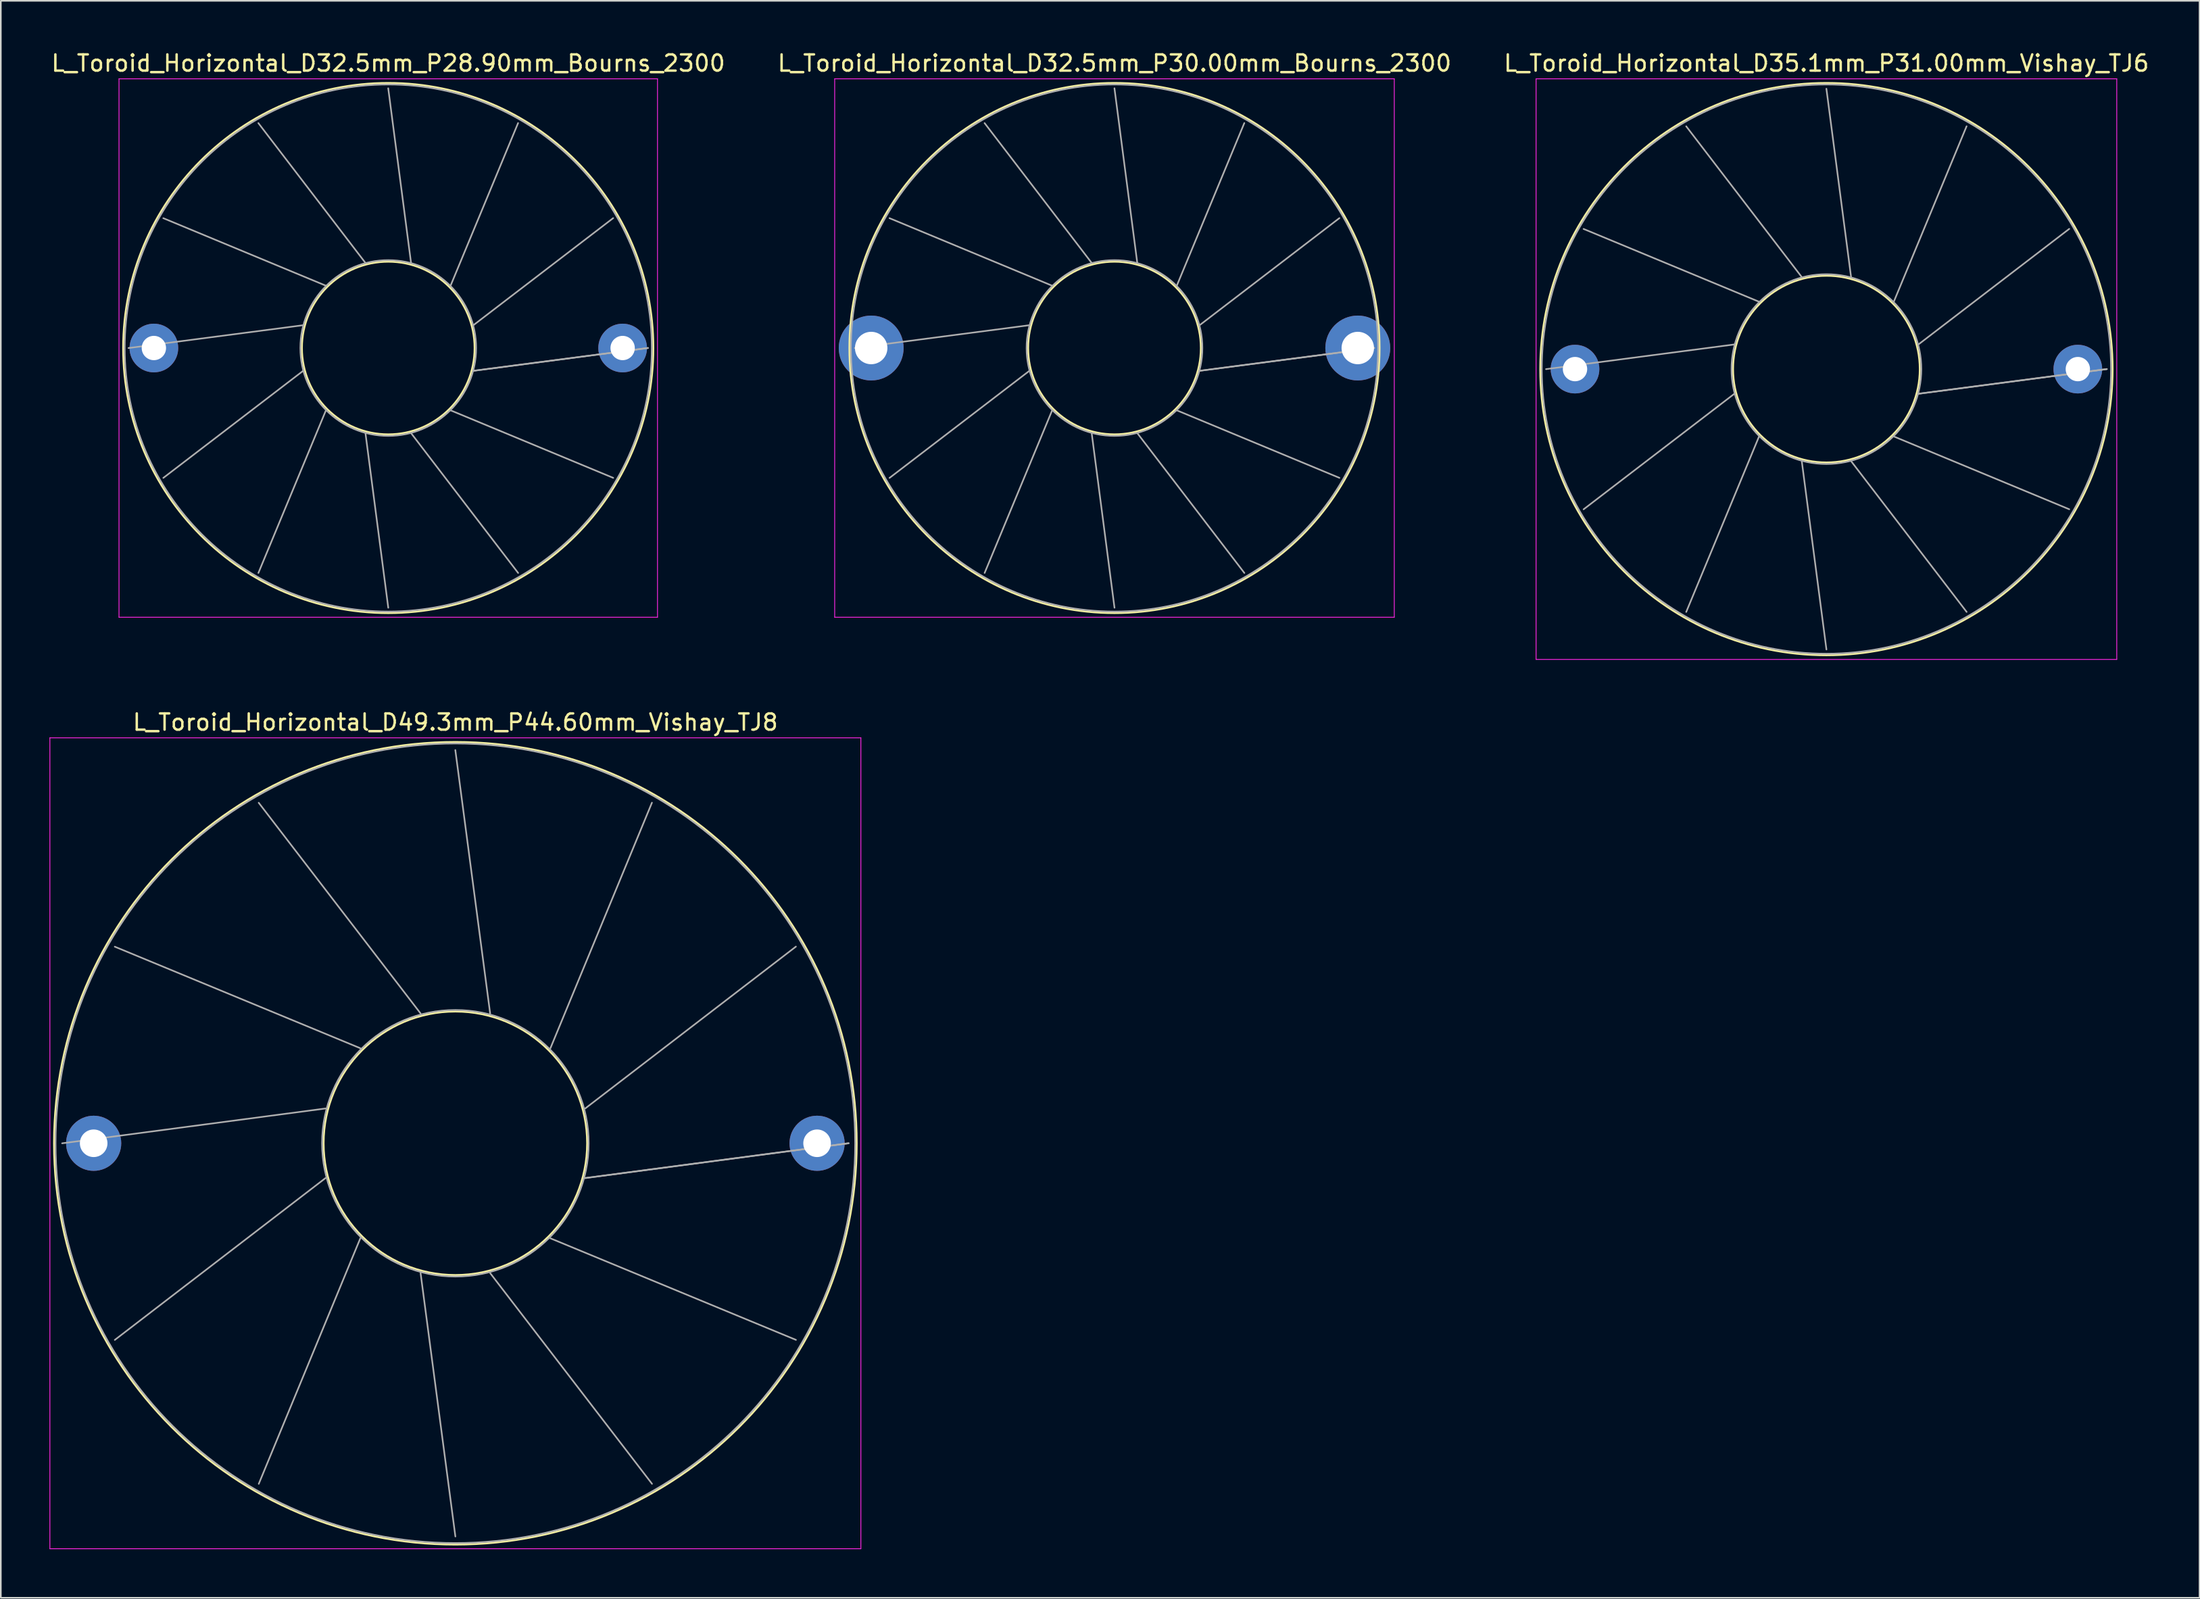
<source format=kicad_pcb>
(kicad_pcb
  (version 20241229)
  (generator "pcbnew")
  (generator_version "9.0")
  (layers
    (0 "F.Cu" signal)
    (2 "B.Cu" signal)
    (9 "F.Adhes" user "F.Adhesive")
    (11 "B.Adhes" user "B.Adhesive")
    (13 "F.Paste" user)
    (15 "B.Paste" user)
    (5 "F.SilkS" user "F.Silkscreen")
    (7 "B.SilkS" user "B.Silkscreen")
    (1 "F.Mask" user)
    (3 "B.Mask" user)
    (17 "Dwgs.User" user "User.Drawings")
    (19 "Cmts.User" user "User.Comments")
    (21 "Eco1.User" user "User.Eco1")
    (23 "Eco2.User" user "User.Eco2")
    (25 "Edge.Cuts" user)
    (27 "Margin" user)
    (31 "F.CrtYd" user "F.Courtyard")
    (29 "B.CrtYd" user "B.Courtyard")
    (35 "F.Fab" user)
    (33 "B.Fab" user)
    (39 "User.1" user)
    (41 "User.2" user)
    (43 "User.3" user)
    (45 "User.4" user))
  (footprint "L_Toroid_Horizontal_D35.1mm_P31.00mm_Vishay_TJ6"
    (layer "F.Cu")
    (at 94.054 19.708)
    (property "Reference" "L_Toroid_Horizontal_D35.1mm_P31.00mm_Vishay_TJ6" (at 15.5 -18.86 0) (layer "F.SilkS") (effects (font (size 1 1) (thickness 0.15))))
    (attr through_hole)
    (fp_circle (center 15.5 0) (end 21.26 0) (stroke (width 0.12) (type solid)) (fill no) (layer "F.SilkS"))
    (fp_circle (center 15.5 0) (end 33.14 0) (stroke (width 0.12) (type solid)) (fill no) (layer "F.SilkS"))
    (fp_line (start -2.4 -17.9) (end -2.4 17.9) (stroke (width 0.05) (type solid)) (layer "F.CrtYd"))
    (fp_line (start -2.4 17.9) (end 33.4 17.9) (stroke (width 0.05) (type solid)) (layer "F.CrtYd"))
    (fp_line (start 33.4 -17.9) (end -2.4 -17.9) (stroke (width 0.05) (type solid)) (layer "F.CrtYd"))
    (fp_line (start 33.4 17.9) (end 33.4 -17.9) (stroke (width 0.05) (type solid)) (layer "F.CrtYd"))
    (fp_line (start -1.787 0.002) (end 9.825 -1.52) (stroke (width 0.1) (type solid)) (layer "F.Fab"))
    (fp_line (start 0.528 -8.642) (end 11.345 -4.154) (stroke (width 0.1) (type solid)) (layer "F.Fab"))
    (fp_line (start 0.53 8.645) (end 9.825 1.521) (stroke (width 0.1) (type solid)) (layer "F.Fab"))
    (fp_line (start 6.855 -14.97) (end 13.979 -5.675) (stroke (width 0.1) (type solid)) (layer "F.Fab"))
    (fp_line (start 6.857 14.972) (end 11.346 4.155) (stroke (width 0.1) (type solid)) (layer "F.Fab"))
    (fp_line (start 15.498 -17.287) (end 17.02 -5.675) (stroke (width 0.1) (type solid)) (layer "F.Fab"))
    (fp_line (start 15.501 17.287) (end 13.98 5.675) (stroke (width 0.1) (type solid)) (layer "F.Fab"))
    (fp_line (start 24.141 -14.972) (end 19.654 -4.155) (stroke (width 0.1) (type solid)) (layer "F.Fab"))
    (fp_line (start 24.144 14.971) (end 17.021 5.675) (stroke (width 0.1) (type solid)) (layer "F.Fab"))
    (fp_line (start 30.47 -8.646) (end 21.175 -1.522) (stroke (width 0.1) (type solid)) (layer "F.Fab"))
    (fp_line (start 30.471 8.643) (end 19.654 4.154) (stroke (width 0.1) (type solid)) (layer "F.Fab"))
    (fp_line (start 32.787 -0.003) (end 21.175 1.52) (stroke (width 0.1) (type solid)) (layer "F.Fab"))
    (fp_line (start 32.787 0) (end 21.175 1.521) (stroke (width 0.1) (type solid)) (layer "F.Fab"))
    (fp_circle (center 15.5 0) (end 21.35 0) (stroke (width 0.1) (type solid)) (fill no) (layer "F.Fab"))
    (fp_circle (center 15.5 0) (end 33.05 0) (stroke (width 0.1) (type solid)) (fill no) (layer "F.Fab"))
    (pad "1" thru_hole circle (at 0 0) (size 3 3) (drill 1.5) (layers "*.Cu" "*.Mask"))
    (pad "2" thru_hole circle (at 31 0) (size 3 3) (drill 1.5) (layers "*.Cu" "*.Mask")))
  (footprint "L_Toroid_Horizontal_D32.5mm_P28.90mm_Bourns_2300"
    (layer "F.Cu")
    (at 6.437 18.408)
    (property "Reference" "L_Toroid_Horizontal_D32.5mm_P28.90mm_Bourns_2300" (at 14.45 -17.56 0) (layer "F.SilkS") (effects (font (size 1 1) (thickness 0.15))))
    (attr through_hole)
    (fp_circle (center 14.45 0) (end 19.777 0) (stroke (width 0.12) (type solid)) (fill no) (layer "F.SilkS"))
    (fp_circle (center 14.45 0) (end 30.79 0) (stroke (width 0.12) (type solid)) (fill no) (layer "F.SilkS"))
    (fp_line (start -2.15 -16.6) (end -2.15 16.6) (stroke (width 0.05) (type solid)) (layer "F.CrtYd"))
    (fp_line (start -2.15 16.6) (end 31.05 16.6) (stroke (width 0.05) (type solid)) (layer "F.CrtYd"))
    (fp_line (start 31.05 -16.6) (end -2.15 -16.6) (stroke (width 0.05) (type solid)) (layer "F.CrtYd"))
    (fp_line (start 31.05 16.6) (end 31.05 -16.6) (stroke (width 0.05) (type solid)) (layer "F.CrtYd"))
    (fp_line (start -1.563 0.001) (end 9.202 -1.406) (stroke (width 0.1) (type solid)) (layer "F.Fab"))
    (fp_line (start 0.581 -8.005) (end 10.608 -3.841) (stroke (width 0.1) (type solid)) (layer "F.Fab"))
    (fp_line (start 0.583 8.008) (end 9.202 1.407) (stroke (width 0.1) (type solid)) (layer "F.Fab"))
    (fp_line (start 6.442 -13.867) (end 13.043 -5.248) (stroke (width 0.1) (type solid)) (layer "F.Fab"))
    (fp_line (start 6.444 13.868) (end 10.608 3.842) (stroke (width 0.1) (type solid)) (layer "F.Fab"))
    (fp_line (start 14.448 -16.013) (end 15.855 -5.248) (stroke (width 0.1) (type solid)) (layer "F.Fab"))
    (fp_line (start 14.451 16.013) (end 13.044 5.248) (stroke (width 0.1) (type solid)) (layer "F.Fab"))
    (fp_line (start 22.454 -13.869) (end 18.291 -3.842) (stroke (width 0.1) (type solid)) (layer "F.Fab"))
    (fp_line (start 22.457 13.868) (end 15.856 5.248) (stroke (width 0.1) (type solid)) (layer "F.Fab"))
    (fp_line (start 28.316 -8.009) (end 19.698 -1.407) (stroke (width 0.1) (type solid)) (layer "F.Fab"))
    (fp_line (start 28.318 8.006) (end 18.292 3.842) (stroke (width 0.1) (type solid)) (layer "F.Fab"))
    (fp_line (start 30.463 -0.003) (end 19.698 1.405) (stroke (width 0.1) (type solid)) (layer "F.Fab"))
    (fp_line (start 30.463 0) (end 19.698 1.406) (stroke (width 0.1) (type solid)) (layer "F.Fab"))
    (fp_circle (center 14.45 0) (end 19.867 0) (stroke (width 0.1) (type solid)) (fill no) (layer "F.Fab"))
    (fp_circle (center 14.45 0) (end 30.7 0) (stroke (width 0.1) (type solid)) (fill no) (layer "F.Fab"))
    (pad "1" thru_hole circle (at 0 0) (size 3 3) (drill 1.5) (layers "*.Cu" "*.Mask"))
    (pad "2" thru_hole circle (at 28.9 0) (size 3 3) (drill 1.5) (layers "*.Cu" "*.Mask")))
  (footprint "L_Toroid_Horizontal_D49.3mm_P44.60mm_Vishay_TJ8"
    (layer "F.Cu")
    (at 2.725 67.442)
    (property "Reference" "L_Toroid_Horizontal_D49.3mm_P44.60mm_Vishay_TJ8" (at 22.3 -25.96 0) (layer "F.SilkS") (effects (font (size 1 1) (thickness 0.15))))
    (attr through_hole)
    (fp_circle (center 22.3 0) (end 30.427 0) (stroke (width 0.12) (type solid)) (fill no) (layer "F.SilkS"))
    (fp_circle (center 22.3 0) (end 47.04 0) (stroke (width 0.12) (type solid)) (fill no) (layer "F.SilkS"))
    (fp_line (start -2.7 -25) (end -2.7 25) (stroke (width 0.05) (type solid)) (layer "F.CrtYd"))
    (fp_line (start -2.7 25) (end 47.3 25) (stroke (width 0.05) (type solid)) (layer "F.CrtYd"))
    (fp_line (start 47.3 -25) (end -2.7 -25) (stroke (width 0.05) (type solid)) (layer "F.CrtYd"))
    (fp_line (start 47.3 25) (end 47.3 -25) (stroke (width 0.05) (type solid)) (layer "F.CrtYd"))
    (fp_line (start -1.945 0.002) (end 14.293 -2.145) (stroke (width 0.1) (type solid)) (layer "F.Fab"))
    (fp_line (start 1.302 -12.12) (end 16.438 -5.861) (stroke (width 0.1) (type solid)) (layer "F.Fab"))
    (fp_line (start 1.304 12.124) (end 14.293 2.146) (stroke (width 0.1) (type solid)) (layer "F.Fab"))
    (fp_line (start 10.175 -20.995) (end 20.154 -8.006) (stroke (width 0.1) (type solid)) (layer "F.Fab"))
    (fp_line (start 10.179 20.998) (end 16.439 5.862) (stroke (width 0.1) (type solid)) (layer "F.Fab"))
    (fp_line (start 22.297 -24.245) (end 24.444 -8.007) (stroke (width 0.1) (type solid)) (layer "F.Fab"))
    (fp_line (start 22.301 24.245) (end 20.155 8.007) (stroke (width 0.1) (type solid)) (layer "F.Fab"))
    (fp_line (start 34.419 -20.999) (end 28.16 -5.862) (stroke (width 0.1) (type solid)) (layer "F.Fab"))
    (fp_line (start 34.423 20.997) (end 24.446 8.007) (stroke (width 0.1) (type solid)) (layer "F.Fab"))
    (fp_line (start 43.295 -12.126) (end 30.306 -2.147) (stroke (width 0.1) (type solid)) (layer "F.Fab"))
    (fp_line (start 43.297 12.122) (end 28.161 5.861) (stroke (width 0.1) (type solid)) (layer "F.Fab"))
    (fp_line (start 46.545 -0.004) (end 30.307 2.144) (stroke (width 0.1) (type solid)) (layer "F.Fab"))
    (fp_line (start 46.545 0) (end 30.307 2.145) (stroke (width 0.1) (type solid)) (layer "F.Fab"))
    (fp_circle (center 22.3 0) (end 30.517 0) (stroke (width 0.1) (type solid)) (fill no) (layer "F.Fab"))
    (fp_circle (center 22.3 0) (end 46.95 0) (stroke (width 0.1) (type solid)) (fill no) (layer "F.Fab"))
    (pad "1" thru_hole circle (at 0 0) (size 3.4 3.4) (drill 1.7) (layers "*.Cu" "*.Mask"))
    (pad "2" thru_hole circle (at 44.6 0) (size 3.4 3.4) (drill 1.7) (layers "*.Cu" "*.Mask")))
  (footprint "L_Toroid_Horizontal_D32.5mm_P30.00mm_Bourns_2300"
    (layer "F.Cu")
    (at 50.661 18.408)
    (property "Reference" "L_Toroid_Horizontal_D32.5mm_P30.00mm_Bourns_2300" (at 15 -17.56 0) (layer "F.SilkS") (effects (font (size 1 1) (thickness 0.15))))
    (attr through_hole)
    (fp_circle (center 15 0) (end 20.327 0) (stroke (width 0.12) (type solid)) (fill no) (layer "F.SilkS"))
    (fp_circle (center 15 0) (end 31.34 0) (stroke (width 0.12) (type solid)) (fill no) (layer "F.SilkS"))
    (fp_line (start -2.25 -16.6) (end -2.25 16.6) (stroke (width 0.05) (type solid)) (layer "F.CrtYd"))
    (fp_line (start -2.25 16.6) (end 32.25 16.6) (stroke (width 0.05) (type solid)) (layer "F.CrtYd"))
    (fp_line (start 32.25 -16.6) (end -2.25 -16.6) (stroke (width 0.05) (type solid)) (layer "F.CrtYd"))
    (fp_line (start 32.25 16.6) (end 32.25 -16.6) (stroke (width 0.05) (type solid)) (layer "F.CrtYd"))
    (fp_line (start -1.013 0.001) (end 9.752 -1.406) (stroke (width 0.1) (type solid)) (layer "F.Fab"))
    (fp_line (start 1.131 -8.005) (end 11.158 -3.841) (stroke (width 0.1) (type solid)) (layer "F.Fab"))
    (fp_line (start 1.133 8.008) (end 9.752 1.407) (stroke (width 0.1) (type solid)) (layer "F.Fab"))
    (fp_line (start 6.992 -13.867) (end 13.593 -5.248) (stroke (width 0.1) (type solid)) (layer "F.Fab"))
    (fp_line (start 6.994 13.868) (end 11.158 3.842) (stroke (width 0.1) (type solid)) (layer "F.Fab"))
    (fp_line (start 14.998 -16.013) (end 16.405 -5.248) (stroke (width 0.1) (type solid)) (layer "F.Fab"))
    (fp_line (start 15.001 16.013) (end 13.594 5.248) (stroke (width 0.1) (type solid)) (layer "F.Fab"))
    (fp_line (start 23.004 -13.869) (end 18.841 -3.842) (stroke (width 0.1) (type solid)) (layer "F.Fab"))
    (fp_line (start 23.007 13.868) (end 16.406 5.248) (stroke (width 0.1) (type solid)) (layer "F.Fab"))
    (fp_line (start 28.866 -8.009) (end 20.248 -1.407) (stroke (width 0.1) (type solid)) (layer "F.Fab"))
    (fp_line (start 28.868 8.006) (end 18.842 3.842) (stroke (width 0.1) (type solid)) (layer "F.Fab"))
    (fp_line (start 31.013 -0.003) (end 20.248 1.405) (stroke (width 0.1) (type solid)) (layer "F.Fab"))
    (fp_line (start 31.013 0) (end 20.248 1.406) (stroke (width 0.1) (type solid)) (layer "F.Fab"))
    (fp_circle (center 15 0) (end 20.417 0) (stroke (width 0.1) (type solid)) (fill no) (layer "F.Fab"))
    (fp_circle (center 15 0) (end 31.25 0) (stroke (width 0.1) (type solid)) (fill no) (layer "F.Fab"))
    (pad "1" thru_hole circle (at 0 0) (size 4 4) (drill 2) (layers "*.Cu" "*.Mask"))
    (pad "2" thru_hole circle (at 30 0) (size 4 4) (drill 2) (layers "*.Cu" "*.Mask")))
  (gr_rect
    (start -3 -3)
    (end 132.56 95.466)
    (stroke (width 0.1) (type default))
    (fill no)
    (layer "Edge.Cuts")))
</source>
